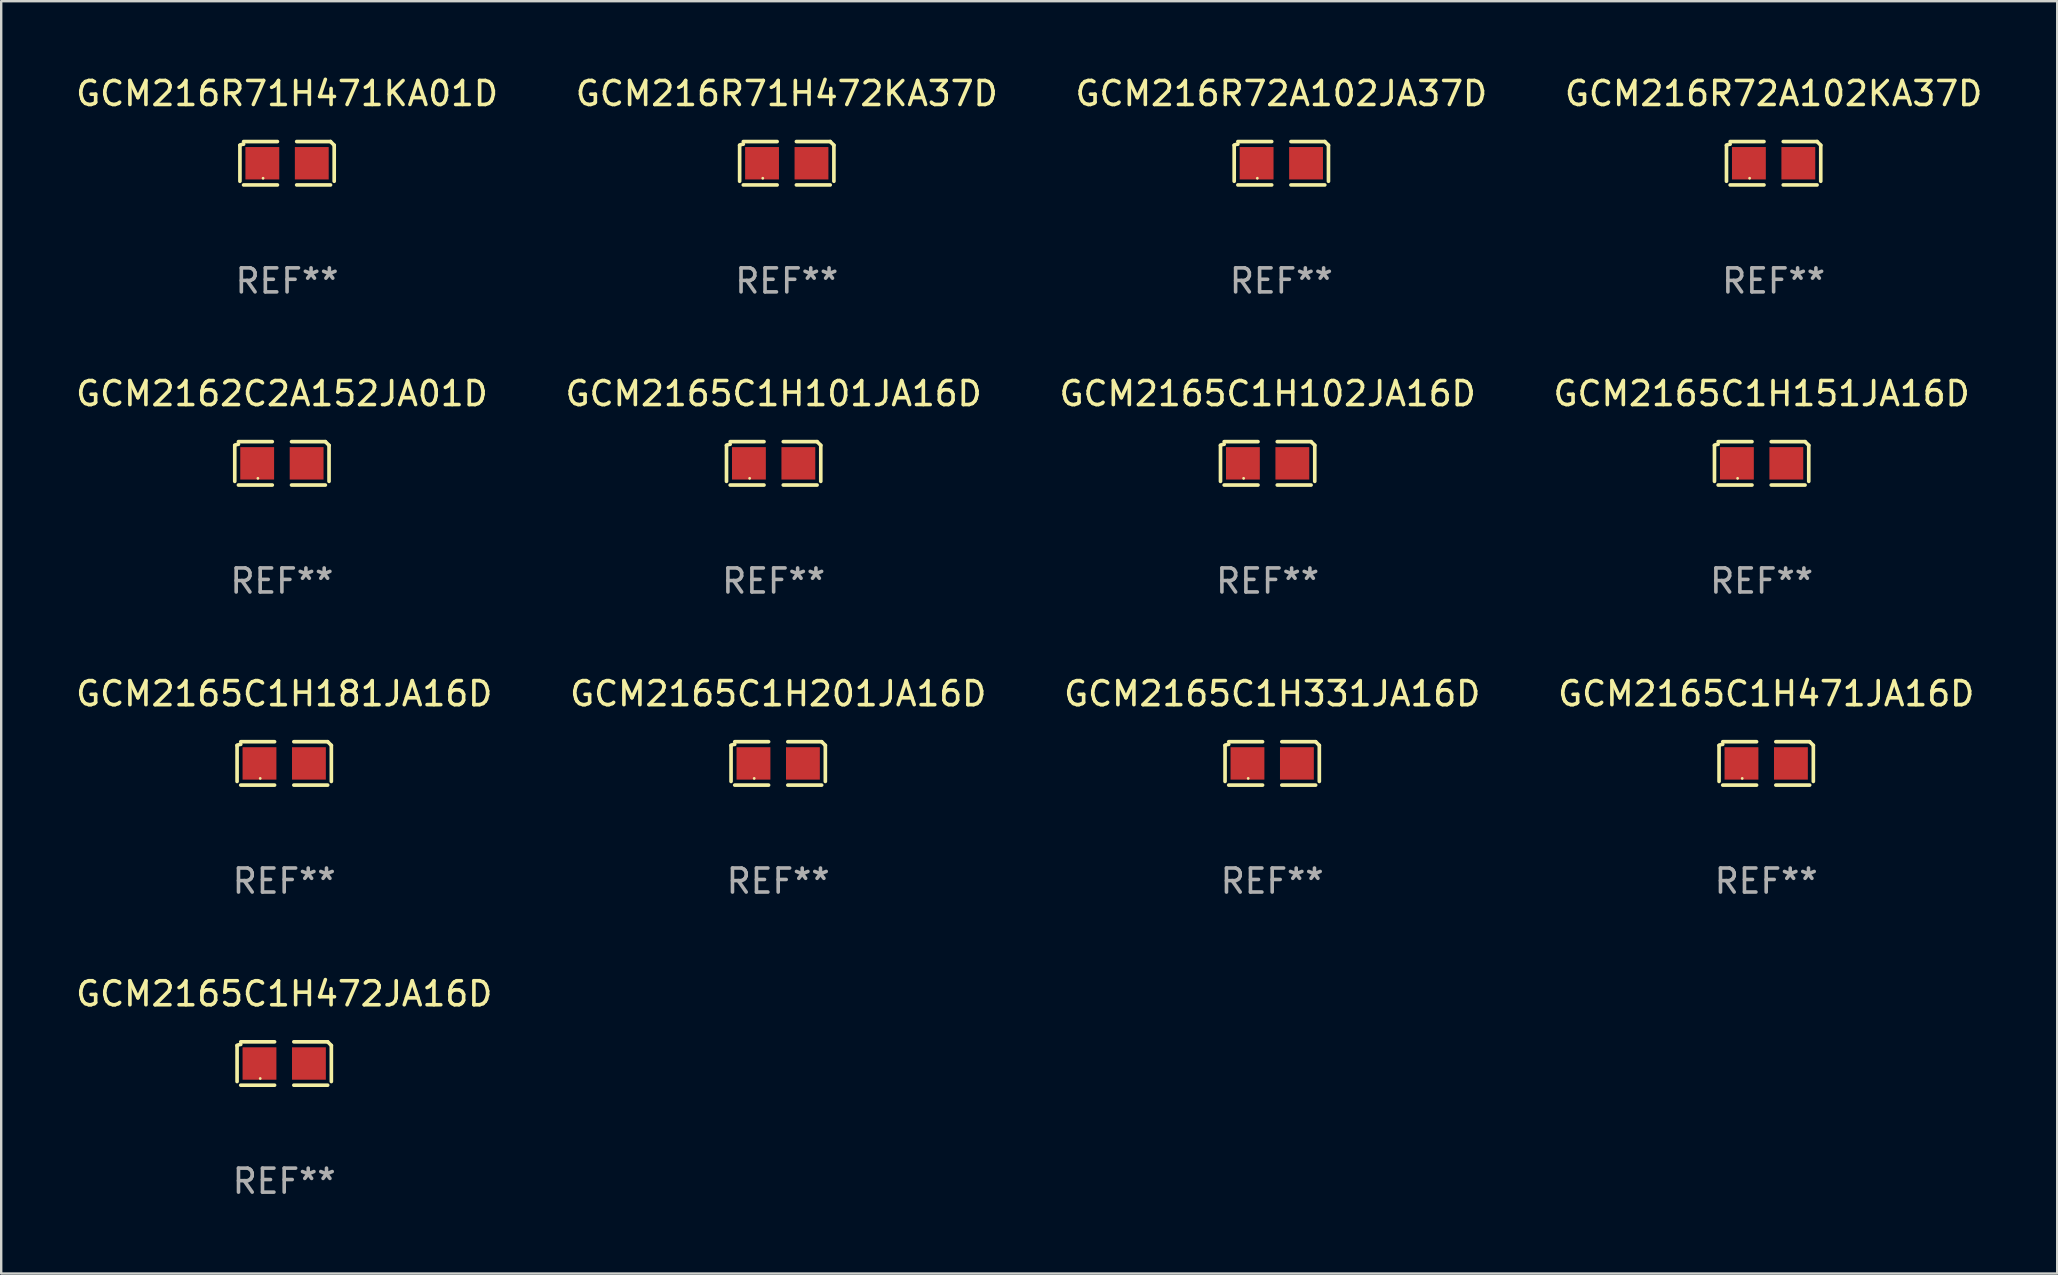
<source format=kicad_pcb>
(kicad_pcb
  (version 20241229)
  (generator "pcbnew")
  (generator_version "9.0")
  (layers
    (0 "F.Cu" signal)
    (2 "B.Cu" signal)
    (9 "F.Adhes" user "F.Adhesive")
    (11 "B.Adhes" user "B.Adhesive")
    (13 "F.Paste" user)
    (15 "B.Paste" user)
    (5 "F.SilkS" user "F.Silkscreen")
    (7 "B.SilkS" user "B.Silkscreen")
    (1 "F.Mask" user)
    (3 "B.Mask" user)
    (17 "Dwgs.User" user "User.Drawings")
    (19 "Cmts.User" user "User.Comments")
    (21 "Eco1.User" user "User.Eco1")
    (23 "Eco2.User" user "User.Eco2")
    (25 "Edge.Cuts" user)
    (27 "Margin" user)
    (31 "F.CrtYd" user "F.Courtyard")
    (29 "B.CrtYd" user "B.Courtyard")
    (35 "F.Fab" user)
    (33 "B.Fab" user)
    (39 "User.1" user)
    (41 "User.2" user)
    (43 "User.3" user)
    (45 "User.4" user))
  (footprint "GCM2165C1H151JA16D"
    (layer "F.Cu")
    (at 70.351 16.256)
    (property "Reference" "GCM2165C1H151JA16D" (at 0 -2.904 0) (layer "F.SilkS") (effects (font (size 1 1) (thickness 0.15))))
    (attr through_hole)
    (fp_line (start -1.964 0.751) (end -1.964 -0.751) (stroke (width 0.152) (type solid)) (layer "F.SilkS"))
    (fp_line (start -1.811 -0.904) (end -0.401 -0.904) (stroke (width 0.152) (type solid)) (layer "F.SilkS"))
    (fp_line (start -0.401 0.904) (end -1.811 0.904) (stroke (width 0.152) (type solid)) (layer "F.SilkS"))
    (fp_line (start 0.401 0.904) (end 1.811 0.904) (stroke (width 0.152) (type solid)) (layer "F.SilkS"))
    (fp_line (start 1.811 -0.904) (end 0.401 -0.904) (stroke (width 0.152) (type solid)) (layer "F.SilkS"))
    (fp_line (start 1.964 0.751) (end 1.964 -0.751) (stroke (width 0.152) (type solid)) (layer "F.SilkS"))
    (fp_arc (start -1.963602 -0.751207) (mid -1.890354 -0.783131) (end -1.811201 -0.794044) (stroke (width 0.1524) (type solid)) (layer "F.SilkS"))
    (fp_arc (start 1.811202 -0.903607) (mid 1.887413 -0.827418) (end 1.963602 -0.751207) (stroke (width 0.1524) (type solid)) (layer "F.SilkS"))
    (fp_circle (center -1 0.625) (end -0.97 0.625) (stroke (width 0.06) (type solid)) (fill no) (layer "F.SilkS"))
    (fp_text user "REF**" (at 0 4.904 0) (layer "F.Fab") (effects (font (size 1 1) (thickness 0.15))))
    (pad "1" smd rect (at -1.03 0) (size 1.41 1.35) (layers "F.Cu" "F.Mask" "F.Paste"))
    (pad "2" smd rect (at 1.03 0) (size 1.41 1.35) (layers "F.Cu" "F.Mask" "F.Paste")))
  (footprint "GCM2165C1H101JA16D"
    (layer "F.Cu")
    (at 29.185 16.256)
    (property "Reference" "GCM2165C1H101JA16D" (at 0 -2.904 0) (layer "F.SilkS") (effects (font (size 1 1) (thickness 0.15))))
    (attr through_hole)
    (fp_line (start -1.964 0.751) (end -1.964 -0.751) (stroke (width 0.152) (type solid)) (layer "F.SilkS"))
    (fp_line (start -1.811 -0.904) (end -0.401 -0.904) (stroke (width 0.152) (type solid)) (layer "F.SilkS"))
    (fp_line (start -0.401 0.904) (end -1.811 0.904) (stroke (width 0.152) (type solid)) (layer "F.SilkS"))
    (fp_line (start 0.401 0.904) (end 1.811 0.904) (stroke (width 0.152) (type solid)) (layer "F.SilkS"))
    (fp_line (start 1.811 -0.904) (end 0.401 -0.904) (stroke (width 0.152) (type solid)) (layer "F.SilkS"))
    (fp_line (start 1.964 0.751) (end 1.964 -0.751) (stroke (width 0.152) (type solid)) (layer "F.SilkS"))
    (fp_arc (start -1.963602 -0.751207) (mid -1.890354 -0.783131) (end -1.811201 -0.794044) (stroke (width 0.1524) (type solid)) (layer "F.SilkS"))
    (fp_arc (start 1.811202 -0.903607) (mid 1.887413 -0.827418) (end 1.963602 -0.751207) (stroke (width 0.1524) (type solid)) (layer "F.SilkS"))
    (fp_circle (center -1 0.625) (end -0.97 0.625) (stroke (width 0.06) (type solid)) (fill no) (layer "F.SilkS"))
    (fp_text user "REF**" (at 0 4.904 0) (layer "F.Fab") (effects (font (size 1 1) (thickness 0.15))))
    (pad "1" smd rect (at -1.03 0) (size 1.41 1.35) (layers "F.Cu" "F.Mask" "F.Paste"))
    (pad "2" smd rect (at 1.03 0) (size 1.41 1.35) (layers "F.Cu" "F.Mask" "F.Paste")))
  (footprint "GCM2165C1H102JA16D"
    (layer "F.Cu")
    (at 49.768 16.256)
    (property "Reference" "GCM2165C1H102JA16D" (at 0 -2.904 0) (layer "F.SilkS") (effects (font (size 1 1) (thickness 0.15))))
    (attr through_hole)
    (fp_line (start -1.964 0.751) (end -1.964 -0.751) (stroke (width 0.152) (type solid)) (layer "F.SilkS"))
    (fp_line (start -1.811 -0.904) (end -0.401 -0.904) (stroke (width 0.152) (type solid)) (layer "F.SilkS"))
    (fp_line (start -0.401 0.904) (end -1.811 0.904) (stroke (width 0.152) (type solid)) (layer "F.SilkS"))
    (fp_line (start 0.401 0.904) (end 1.811 0.904) (stroke (width 0.152) (type solid)) (layer "F.SilkS"))
    (fp_line (start 1.811 -0.904) (end 0.401 -0.904) (stroke (width 0.152) (type solid)) (layer "F.SilkS"))
    (fp_line (start 1.964 0.751) (end 1.964 -0.751) (stroke (width 0.152) (type solid)) (layer "F.SilkS"))
    (fp_arc (start -1.963602 -0.751207) (mid -1.890354 -0.783131) (end -1.811201 -0.794044) (stroke (width 0.1524) (type solid)) (layer "F.SilkS"))
    (fp_arc (start 1.811202 -0.903607) (mid 1.887413 -0.827418) (end 1.963602 -0.751207) (stroke (width 0.1524) (type solid)) (layer "F.SilkS"))
    (fp_circle (center -1 0.625) (end -0.97 0.625) (stroke (width 0.06) (type solid)) (fill no) (layer "F.SilkS"))
    (fp_text user "REF**" (at 0 4.904 0) (layer "F.Fab") (effects (font (size 1 1) (thickness 0.15))))
    (pad "1" smd rect (at -1.03 0) (size 1.41 1.35) (layers "F.Cu" "F.Mask" "F.Paste"))
    (pad "2" smd rect (at 1.03 0) (size 1.41 1.35) (layers "F.Cu" "F.Mask" "F.Paste")))
  (footprint "GCM2165C1H471JA16D"
    (layer "F.Cu")
    (at 70.542 28.759)
    (property "Reference" "GCM2165C1H471JA16D" (at 0 -2.904 0) (layer "F.SilkS") (effects (font (size 1 1) (thickness 0.15))))
    (attr through_hole)
    (fp_line (start -1.964 0.751) (end -1.964 -0.751) (stroke (width 0.152) (type solid)) (layer "F.SilkS"))
    (fp_line (start -1.811 -0.904) (end -0.401 -0.904) (stroke (width 0.152) (type solid)) (layer "F.SilkS"))
    (fp_line (start -0.401 0.904) (end -1.811 0.904) (stroke (width 0.152) (type solid)) (layer "F.SilkS"))
    (fp_line (start 0.401 0.904) (end 1.811 0.904) (stroke (width 0.152) (type solid)) (layer "F.SilkS"))
    (fp_line (start 1.811 -0.904) (end 0.401 -0.904) (stroke (width 0.152) (type solid)) (layer "F.SilkS"))
    (fp_line (start 1.964 0.751) (end 1.964 -0.751) (stroke (width 0.152) (type solid)) (layer "F.SilkS"))
    (fp_arc (start -1.963602 -0.751207) (mid -1.890354 -0.783131) (end -1.811201 -0.794044) (stroke (width 0.1524) (type solid)) (layer "F.SilkS"))
    (fp_arc (start 1.811202 -0.903607) (mid 1.887413 -0.827418) (end 1.963602 -0.751207) (stroke (width 0.1524) (type solid)) (layer "F.SilkS"))
    (fp_circle (center -1 0.625) (end -0.97 0.625) (stroke (width 0.06) (type solid)) (fill no) (layer "F.SilkS"))
    (fp_text user "REF**" (at 0 4.904 0) (layer "F.Fab") (effects (font (size 1 1) (thickness 0.15))))
    (pad "1" smd rect (at -1.03 0) (size 1.41 1.35) (layers "F.Cu" "F.Mask" "F.Paste"))
    (pad "2" smd rect (at 1.03 0) (size 1.41 1.35) (layers "F.Cu" "F.Mask" "F.Paste")))
  (footprint "GCM2165C1H331JA16D"
    (layer "F.Cu")
    (at 49.958 28.759)
    (property "Reference" "GCM2165C1H331JA16D" (at 0 -2.904 0) (layer "F.SilkS") (effects (font (size 1 1) (thickness 0.15))))
    (attr through_hole)
    (fp_line (start -1.964 0.751) (end -1.964 -0.751) (stroke (width 0.152) (type solid)) (layer "F.SilkS"))
    (fp_line (start -1.811 -0.904) (end -0.401 -0.904) (stroke (width 0.152) (type solid)) (layer "F.SilkS"))
    (fp_line (start -0.401 0.904) (end -1.811 0.904) (stroke (width 0.152) (type solid)) (layer "F.SilkS"))
    (fp_line (start 0.401 0.904) (end 1.811 0.904) (stroke (width 0.152) (type solid)) (layer "F.SilkS"))
    (fp_line (start 1.811 -0.904) (end 0.401 -0.904) (stroke (width 0.152) (type solid)) (layer "F.SilkS"))
    (fp_line (start 1.964 0.751) (end 1.964 -0.751) (stroke (width 0.152) (type solid)) (layer "F.SilkS"))
    (fp_arc (start -1.963602 -0.751207) (mid -1.890354 -0.783131) (end -1.811201 -0.794044) (stroke (width 0.1524) (type solid)) (layer "F.SilkS"))
    (fp_arc (start 1.811202 -0.903607) (mid 1.887413 -0.827418) (end 1.963602 -0.751207) (stroke (width 0.1524) (type solid)) (layer "F.SilkS"))
    (fp_circle (center -1 0.625) (end -0.97 0.625) (stroke (width 0.06) (type solid)) (fill no) (layer "F.SilkS"))
    (fp_text user "REF**" (at 0 4.904 0) (layer "F.Fab") (effects (font (size 1 1) (thickness 0.15))))
    (pad "1" smd rect (at -1.03 0) (size 1.41 1.35) (layers "F.Cu" "F.Mask" "F.Paste"))
    (pad "2" smd rect (at 1.03 0) (size 1.41 1.35) (layers "F.Cu" "F.Mask" "F.Paste")))
  (footprint "GCM216R72A102KA37D"
    (layer "F.Cu")
    (at 70.851 3.752)
    (property "Reference" "GCM216R72A102KA37D" (at 0 -2.904 0) (layer "F.SilkS") (effects (font (size 1 1) (thickness 0.15))))
    (attr through_hole)
    (fp_line (start -1.964 0.751) (end -1.964 -0.751) (stroke (width 0.152) (type solid)) (layer "F.SilkS"))
    (fp_line (start -1.811 -0.904) (end -0.401 -0.904) (stroke (width 0.152) (type solid)) (layer "F.SilkS"))
    (fp_line (start -0.401 0.904) (end -1.811 0.904) (stroke (width 0.152) (type solid)) (layer "F.SilkS"))
    (fp_line (start 0.401 0.904) (end 1.811 0.904) (stroke (width 0.152) (type solid)) (layer "F.SilkS"))
    (fp_line (start 1.811 -0.904) (end 0.401 -0.904) (stroke (width 0.152) (type solid)) (layer "F.SilkS"))
    (fp_line (start 1.964 0.751) (end 1.964 -0.751) (stroke (width 0.152) (type solid)) (layer "F.SilkS"))
    (fp_arc (start -1.963602 -0.751207) (mid -1.890354 -0.783131) (end -1.811201 -0.794044) (stroke (width 0.1524) (type solid)) (layer "F.SilkS"))
    (fp_arc (start 1.811202 -0.903607) (mid 1.887413 -0.827418) (end 1.963602 -0.751207) (stroke (width 0.1524) (type solid)) (layer "F.SilkS"))
    (fp_circle (center -1 0.625) (end -0.97 0.625) (stroke (width 0.06) (type solid)) (fill no) (layer "F.SilkS"))
    (fp_text user "REF**" (at 0 4.904 0) (layer "F.Fab") (effects (font (size 1 1) (thickness 0.15))))
    (pad "1" smd rect (at -1.03 0) (size 1.41 1.35) (layers "F.Cu" "F.Mask" "F.Paste"))
    (pad "2" smd rect (at 1.03 0) (size 1.41 1.35) (layers "F.Cu" "F.Mask" "F.Paste")))
  (footprint "GCM216R71H472KA37D"
    (layer "F.Cu")
    (at 29.732 3.752)
    (property "Reference" "GCM216R71H472KA37D" (at 0 -2.904 0) (layer "F.SilkS") (effects (font (size 1 1) (thickness 0.15))))
    (attr through_hole)
    (fp_line (start -1.964 0.751) (end -1.964 -0.751) (stroke (width 0.152) (type solid)) (layer "F.SilkS"))
    (fp_line (start -1.811 -0.904) (end -0.401 -0.904) (stroke (width 0.152) (type solid)) (layer "F.SilkS"))
    (fp_line (start -0.401 0.904) (end -1.811 0.904) (stroke (width 0.152) (type solid)) (layer "F.SilkS"))
    (fp_line (start 0.401 0.904) (end 1.811 0.904) (stroke (width 0.152) (type solid)) (layer "F.SilkS"))
    (fp_line (start 1.811 -0.904) (end 0.401 -0.904) (stroke (width 0.152) (type solid)) (layer "F.SilkS"))
    (fp_line (start 1.964 0.751) (end 1.964 -0.751) (stroke (width 0.152) (type solid)) (layer "F.SilkS"))
    (fp_arc (start -1.963602 -0.751207) (mid -1.890354 -0.783131) (end -1.811201 -0.794044) (stroke (width 0.1524) (type solid)) (layer "F.SilkS"))
    (fp_arc (start 1.811202 -0.903607) (mid 1.887413 -0.827418) (end 1.963602 -0.751207) (stroke (width 0.1524) (type solid)) (layer "F.SilkS"))
    (fp_circle (center -1 0.625) (end -0.97 0.625) (stroke (width 0.06) (type solid)) (fill no) (layer "F.SilkS"))
    (fp_text user "REF**" (at 0 4.904 0) (layer "F.Fab") (effects (font (size 1 1) (thickness 0.15))))
    (pad "1" smd rect (at -1.03 0) (size 1.41 1.35) (layers "F.Cu" "F.Mask" "F.Paste"))
    (pad "2" smd rect (at 1.03 0) (size 1.41 1.35) (layers "F.Cu" "F.Mask" "F.Paste")))
  (footprint "GCM216R72A102JA37D"
    (layer "F.Cu")
    (at 50.339 3.752)
    (property "Reference" "GCM216R72A102JA37D" (at 0 -2.904 0) (layer "F.SilkS") (effects (font (size 1 1) (thickness 0.15))))
    (attr through_hole)
    (fp_line (start -1.964 0.751) (end -1.964 -0.751) (stroke (width 0.152) (type solid)) (layer "F.SilkS"))
    (fp_line (start -1.811 -0.904) (end -0.401 -0.904) (stroke (width 0.152) (type solid)) (layer "F.SilkS"))
    (fp_line (start -0.401 0.904) (end -1.811 0.904) (stroke (width 0.152) (type solid)) (layer "F.SilkS"))
    (fp_line (start 0.401 0.904) (end 1.811 0.904) (stroke (width 0.152) (type solid)) (layer "F.SilkS"))
    (fp_line (start 1.811 -0.904) (end 0.401 -0.904) (stroke (width 0.152) (type solid)) (layer "F.SilkS"))
    (fp_line (start 1.964 0.751) (end 1.964 -0.751) (stroke (width 0.152) (type solid)) (layer "F.SilkS"))
    (fp_arc (start -1.963602 -0.751207) (mid -1.890354 -0.783131) (end -1.811201 -0.794044) (stroke (width 0.1524) (type solid)) (layer "F.SilkS"))
    (fp_arc (start 1.811202 -0.903607) (mid 1.887413 -0.827418) (end 1.963602 -0.751207) (stroke (width 0.1524) (type solid)) (layer "F.SilkS"))
    (fp_circle (center -1 0.625) (end -0.97 0.625) (stroke (width 0.06) (type solid)) (fill no) (layer "F.SilkS"))
    (fp_text user "REF**" (at 0 4.904 0) (layer "F.Fab") (effects (font (size 1 1) (thickness 0.15))))
    (pad "1" smd rect (at -1.03 0) (size 1.41 1.35) (layers "F.Cu" "F.Mask" "F.Paste"))
    (pad "2" smd rect (at 1.03 0) (size 1.41 1.35) (layers "F.Cu" "F.Mask" "F.Paste")))
  (footprint "GCM2165C1H201JA16D"
    (layer "F.Cu")
    (at 29.375 28.759)
    (property "Reference" "GCM2165C1H201JA16D" (at 0 -2.904 0) (layer "F.SilkS") (effects (font (size 1 1) (thickness 0.15))))
    (attr through_hole)
    (fp_line (start -1.964 0.751) (end -1.964 -0.751) (stroke (width 0.152) (type solid)) (layer "F.SilkS"))
    (fp_line (start -1.811 -0.904) (end -0.401 -0.904) (stroke (width 0.152) (type solid)) (layer "F.SilkS"))
    (fp_line (start -0.401 0.904) (end -1.811 0.904) (stroke (width 0.152) (type solid)) (layer "F.SilkS"))
    (fp_line (start 0.401 0.904) (end 1.811 0.904) (stroke (width 0.152) (type solid)) (layer "F.SilkS"))
    (fp_line (start 1.811 -0.904) (end 0.401 -0.904) (stroke (width 0.152) (type solid)) (layer "F.SilkS"))
    (fp_line (start 1.964 0.751) (end 1.964 -0.751) (stroke (width 0.152) (type solid)) (layer "F.SilkS"))
    (fp_arc (start -1.963602 -0.751207) (mid -1.890354 -0.783131) (end -1.811201 -0.794044) (stroke (width 0.1524) (type solid)) (layer "F.SilkS"))
    (fp_arc (start 1.811202 -0.903607) (mid 1.887413 -0.827418) (end 1.963602 -0.751207) (stroke (width 0.1524) (type solid)) (layer "F.SilkS"))
    (fp_circle (center -1 0.625) (end -0.97 0.625) (stroke (width 0.06) (type solid)) (fill no) (layer "F.SilkS"))
    (fp_text user "REF**" (at 0 4.904 0) (layer "F.Fab") (effects (font (size 1 1) (thickness 0.15))))
    (pad "1" smd rect (at -1.03 0) (size 1.41 1.35) (layers "F.Cu" "F.Mask" "F.Paste"))
    (pad "2" smd rect (at 1.03 0) (size 1.41 1.35) (layers "F.Cu" "F.Mask" "F.Paste")))
  (footprint "GCM216R71H471KA01D"
    (layer "F.Cu")
    (at 8.911 3.752)
    (property "Reference" "GCM216R71H471KA01D" (at 0 -2.904 0) (layer "F.SilkS") (effects (font (size 1 1) (thickness 0.15))))
    (attr through_hole)
    (fp_line (start -1.964 0.751) (end -1.964 -0.751) (stroke (width 0.152) (type solid)) (layer "F.SilkS"))
    (fp_line (start -1.811 -0.904) (end -0.401 -0.904) (stroke (width 0.152) (type solid)) (layer "F.SilkS"))
    (fp_line (start -0.401 0.904) (end -1.811 0.904) (stroke (width 0.152) (type solid)) (layer "F.SilkS"))
    (fp_line (start 0.401 0.904) (end 1.811 0.904) (stroke (width 0.152) (type solid)) (layer "F.SilkS"))
    (fp_line (start 1.811 -0.904) (end 0.401 -0.904) (stroke (width 0.152) (type solid)) (layer "F.SilkS"))
    (fp_line (start 1.964 0.751) (end 1.964 -0.751) (stroke (width 0.152) (type solid)) (layer "F.SilkS"))
    (fp_arc (start -1.963602 -0.751207) (mid -1.890354 -0.783131) (end -1.811201 -0.794044) (stroke (width 0.1524) (type solid)) (layer "F.SilkS"))
    (fp_arc (start 1.811202 -0.903607) (mid 1.887413 -0.827418) (end 1.963602 -0.751207) (stroke (width 0.1524) (type solid)) (layer "F.SilkS"))
    (fp_circle (center -1 0.625) (end -0.97 0.625) (stroke (width 0.06) (type solid)) (fill no) (layer "F.SilkS"))
    (fp_text user "REF**" (at 0 4.904 0) (layer "F.Fab") (effects (font (size 1 1) (thickness 0.15))))
    (pad "1" smd rect (at -1.03 0) (size 1.41 1.35) (layers "F.Cu" "F.Mask" "F.Paste"))
    (pad "2" smd rect (at 1.03 0) (size 1.41 1.35) (layers "F.Cu" "F.Mask" "F.Paste")))
  (footprint "GCM2162C2A152JA01D"
    (layer "F.Cu")
    (at 8.696 16.256)
    (property "Reference" "GCM2162C2A152JA01D" (at 0 -2.904 0) (layer "F.SilkS") (effects (font (size 1 1) (thickness 0.15))))
    (attr through_hole)
    (fp_line (start -1.964 0.751) (end -1.964 -0.751) (stroke (width 0.152) (type solid)) (layer "F.SilkS"))
    (fp_line (start -1.811 -0.904) (end -0.401 -0.904) (stroke (width 0.152) (type solid)) (layer "F.SilkS"))
    (fp_line (start -0.401 0.904) (end -1.811 0.904) (stroke (width 0.152) (type solid)) (layer "F.SilkS"))
    (fp_line (start 0.401 0.904) (end 1.811 0.904) (stroke (width 0.152) (type solid)) (layer "F.SilkS"))
    (fp_line (start 1.811 -0.904) (end 0.401 -0.904) (stroke (width 0.152) (type solid)) (layer "F.SilkS"))
    (fp_line (start 1.964 0.751) (end 1.964 -0.751) (stroke (width 0.152) (type solid)) (layer "F.SilkS"))
    (fp_arc (start -1.963602 -0.751207) (mid -1.890354 -0.783131) (end -1.811201 -0.794044) (stroke (width 0.1524) (type solid)) (layer "F.SilkS"))
    (fp_arc (start 1.811202 -0.903607) (mid 1.887413 -0.827418) (end 1.963602 -0.751207) (stroke (width 0.1524) (type solid)) (layer "F.SilkS"))
    (fp_circle (center -1 0.625) (end -0.97 0.625) (stroke (width 0.06) (type solid)) (fill no) (layer "F.SilkS"))
    (fp_text user "REF**" (at 0 4.904 0) (layer "F.Fab") (effects (font (size 1 1) (thickness 0.15))))
    (pad "1" smd rect (at -1.03 0) (size 1.41 1.35) (layers "F.Cu" "F.Mask" "F.Paste"))
    (pad "2" smd rect (at 1.03 0) (size 1.41 1.35) (layers "F.Cu" "F.Mask" "F.Paste")))
  (footprint "GCM2165C1H181JA16D"
    (layer "F.Cu")
    (at 8.792 28.759)
    (property "Reference" "GCM2165C1H181JA16D" (at 0 -2.904 0) (layer "F.SilkS") (effects (font (size 1 1) (thickness 0.15))))
    (attr through_hole)
    (fp_line (start -1.964 0.751) (end -1.964 -0.751) (stroke (width 0.152) (type solid)) (layer "F.SilkS"))
    (fp_line (start -1.811 -0.904) (end -0.401 -0.904) (stroke (width 0.152) (type solid)) (layer "F.SilkS"))
    (fp_line (start -0.401 0.904) (end -1.811 0.904) (stroke (width 0.152) (type solid)) (layer "F.SilkS"))
    (fp_line (start 0.401 0.904) (end 1.811 0.904) (stroke (width 0.152) (type solid)) (layer "F.SilkS"))
    (fp_line (start 1.811 -0.904) (end 0.401 -0.904) (stroke (width 0.152) (type solid)) (layer "F.SilkS"))
    (fp_line (start 1.964 0.751) (end 1.964 -0.751) (stroke (width 0.152) (type solid)) (layer "F.SilkS"))
    (fp_arc (start -1.963602 -0.751207) (mid -1.890354 -0.783131) (end -1.811201 -0.794044) (stroke (width 0.1524) (type solid)) (layer "F.SilkS"))
    (fp_arc (start 1.811202 -0.903607) (mid 1.887413 -0.827418) (end 1.963602 -0.751207) (stroke (width 0.1524) (type solid)) (layer "F.SilkS"))
    (fp_circle (center -1 0.625) (end -0.97 0.625) (stroke (width 0.06) (type solid)) (fill no) (layer "F.SilkS"))
    (fp_text user "REF**" (at 0 4.904 0) (layer "F.Fab") (effects (font (size 1 1) (thickness 0.15))))
    (pad "1" smd rect (at -1.03 0) (size 1.41 1.35) (layers "F.Cu" "F.Mask" "F.Paste"))
    (pad "2" smd rect (at 1.03 0) (size 1.41 1.35) (layers "F.Cu" "F.Mask" "F.Paste")))
  (footprint "GCM2165C1H472JA16D"
    (layer "F.Cu")
    (at 8.792 41.263)
    (property "Reference" "GCM2165C1H472JA16D" (at 0 -2.904 0) (layer "F.SilkS") (effects (font (size 1 1) (thickness 0.15))))
    (attr through_hole)
    (fp_line (start -1.964 0.751) (end -1.964 -0.751) (stroke (width 0.152) (type solid)) (layer "F.SilkS"))
    (fp_line (start -1.811 -0.904) (end -0.401 -0.904) (stroke (width 0.152) (type solid)) (layer "F.SilkS"))
    (fp_line (start -0.401 0.904) (end -1.811 0.904) (stroke (width 0.152) (type solid)) (layer "F.SilkS"))
    (fp_line (start 0.401 0.904) (end 1.811 0.904) (stroke (width 0.152) (type solid)) (layer "F.SilkS"))
    (fp_line (start 1.811 -0.904) (end 0.401 -0.904) (stroke (width 0.152) (type solid)) (layer "F.SilkS"))
    (fp_line (start 1.964 0.751) (end 1.964 -0.751) (stroke (width 0.152) (type solid)) (layer "F.SilkS"))
    (fp_arc (start -1.963602 -0.751207) (mid -1.890354 -0.783131) (end -1.811201 -0.794044) (stroke (width 0.1524) (type solid)) (layer "F.SilkS"))
    (fp_arc (start 1.811202 -0.903607) (mid 1.887413 -0.827418) (end 1.963602 -0.751207) (stroke (width 0.1524) (type solid)) (layer "F.SilkS"))
    (fp_circle (center -1 0.625) (end -0.97 0.625) (stroke (width 0.06) (type solid)) (fill no) (layer "F.SilkS"))
    (fp_text user "REF**" (at 0 4.904 0) (layer "F.Fab") (effects (font (size 1 1) (thickness 0.15))))
    (pad "1" smd rect (at -1.03 0) (size 1.41 1.35) (layers "F.Cu" "F.Mask" "F.Paste"))
    (pad "2" smd rect (at 1.03 0) (size 1.41 1.35) (layers "F.Cu" "F.Mask" "F.Paste")))
  (gr_rect
    (start -3 -3)
    (end 82.667 50.015)
    (stroke (width 0.1) (type default))
    (fill no)
    (layer "Edge.Cuts")))
</source>
